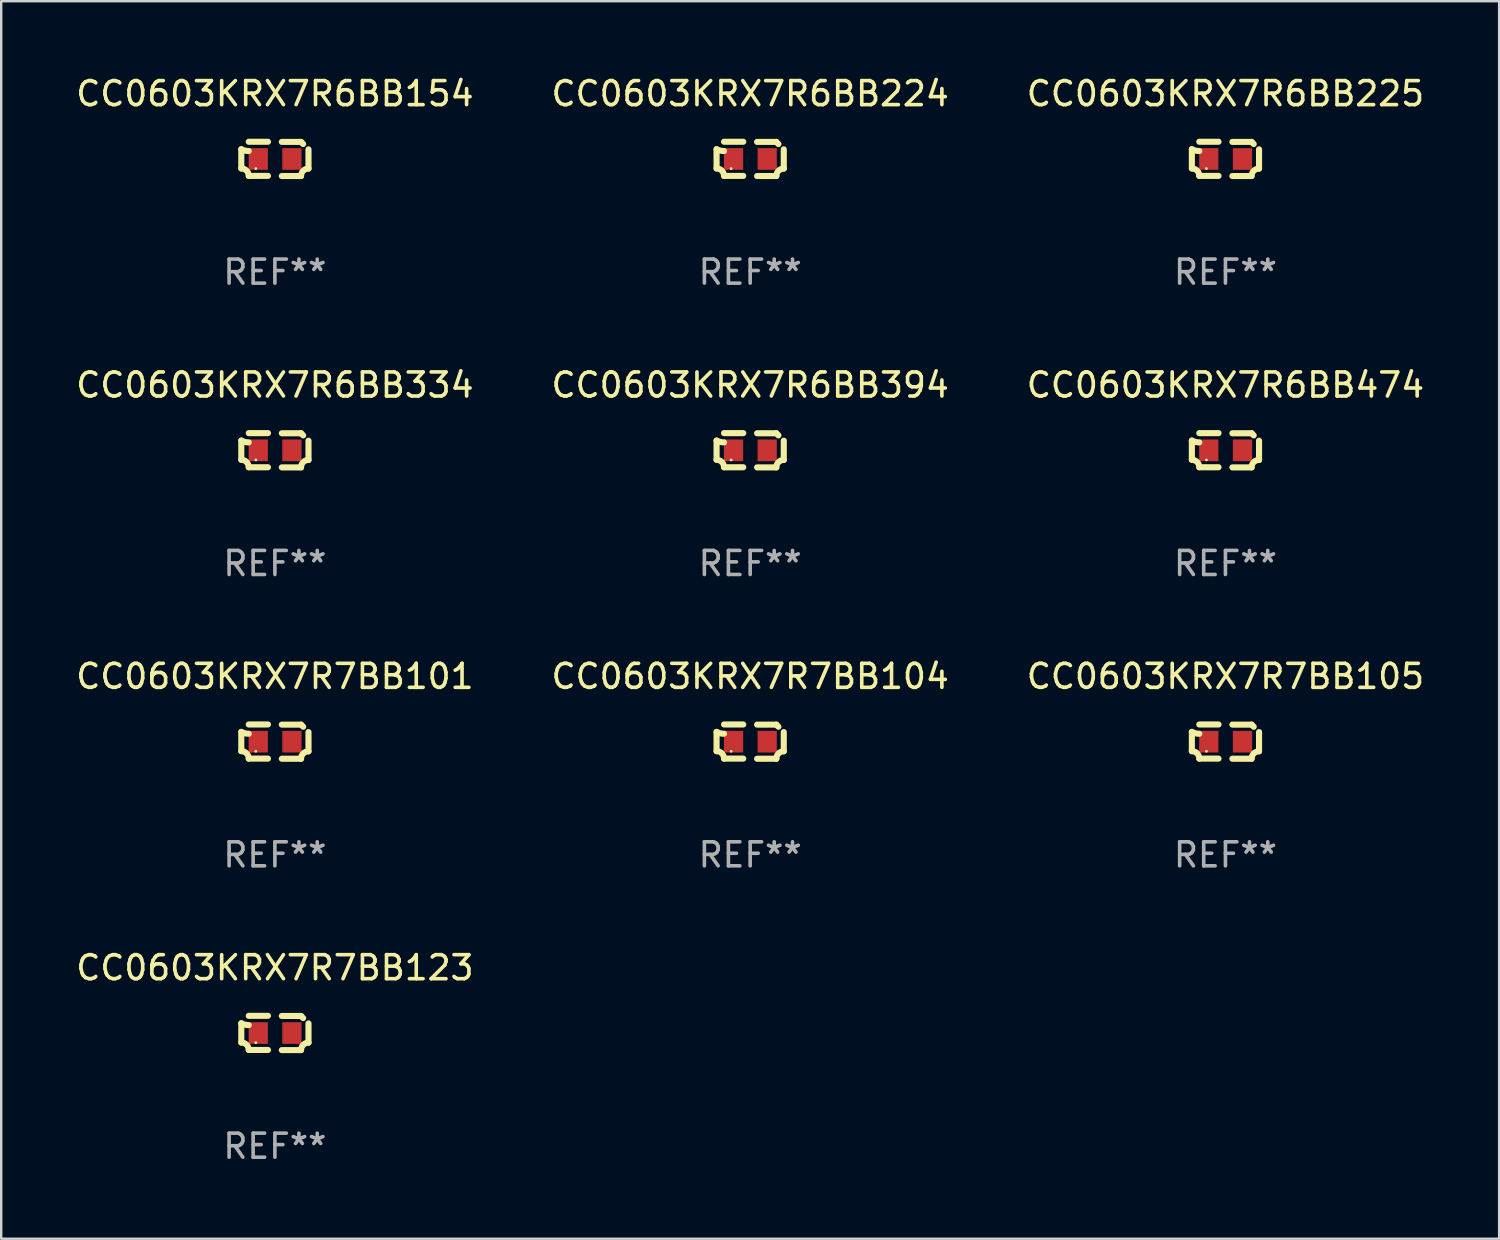
<source format=kicad_pcb>
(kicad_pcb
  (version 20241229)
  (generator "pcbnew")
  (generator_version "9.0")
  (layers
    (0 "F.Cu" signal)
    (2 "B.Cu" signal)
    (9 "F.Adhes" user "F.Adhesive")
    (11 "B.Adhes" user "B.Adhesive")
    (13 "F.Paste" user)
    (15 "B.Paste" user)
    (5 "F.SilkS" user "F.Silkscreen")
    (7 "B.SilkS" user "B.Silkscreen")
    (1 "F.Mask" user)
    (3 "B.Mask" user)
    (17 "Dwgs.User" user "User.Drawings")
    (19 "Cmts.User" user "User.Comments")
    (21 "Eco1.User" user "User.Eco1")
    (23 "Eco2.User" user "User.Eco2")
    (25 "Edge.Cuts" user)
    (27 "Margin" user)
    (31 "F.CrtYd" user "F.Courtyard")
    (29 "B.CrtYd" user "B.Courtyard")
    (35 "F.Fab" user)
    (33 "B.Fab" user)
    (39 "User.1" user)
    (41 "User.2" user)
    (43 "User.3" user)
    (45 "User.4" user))
  (footprint "CC0603KRX7R6BB224"
    (layer "F.Cu")
    (at 28.161 3.561)
    (property "Reference" "CC0603KRX7R6BB224" (at 0 -2.713 0) (layer "F.SilkS") (effects (font (size 1 1) (thickness 0.15))))
    (attr through_hole)
    (fp_line (start -1.398 -0.403) (end -1.398 0.397) (stroke (width 0.254) (type solid)) (layer "F.SilkS"))
    (fp_line (start -0.288 -0.713) (end -1.088 -0.713) (stroke (width 0.254) (type solid)) (layer "F.SilkS"))
    (fp_line (start -0.288 0.707) (end -1.088 0.707) (stroke (width 0.254) (type solid)) (layer "F.SilkS"))
    (fp_line (start 0.288 -0.707) (end 1.088 -0.707) (stroke (width 0.254) (type solid)) (layer "F.SilkS"))
    (fp_line (start 0.288 0.713) (end 1.088 0.713) (stroke (width 0.254) (type solid)) (layer "F.SilkS"))
    (fp_line (start 1.398 -0.397) (end 1.398 0.403) (stroke (width 0.254) (type solid)) (layer "F.SilkS"))
    (fp_arc (start -1.397789 0.397066) (mid -1.178701 0.487826) (end -1.08796 0.706922) (stroke (width 0.254001) (type solid)) (layer "F.SilkS"))
    (fp_arc (start -1.08796 -0.327176) (mid -1.247436 -0.346384) (end -1.39779 -0.402908) (stroke (width 0.254001) (type solid)) (layer "F.SilkS"))
    (fp_arc (start 1.087909 0.712738) (mid 1.178656 0.493655) (end 1.397739 0.402908) (stroke (width 0.254001) (type solid)) (layer "F.SilkS"))
    (fp_arc (start 1.175925 -0.618926) (mid 1.131917 -0.662923) (end 1.08791 -0.706922) (stroke (width 0.254001) (type solid)) (layer "F.SilkS"))
    (fp_circle (center -0.792 0.403) (end -0.762 0.403) (stroke (width 0.06) (type solid)) (fill no) (layer "F.SilkS"))
    (fp_text user "REF**" (at 0 4.713 0) (layer "F.Fab") (effects (font (size 1 1) (thickness 0.15))))
    (pad "1" smd rect (at -0.692 0.003) (size 0.8 0.9) (layers "F.Cu" "F.Mask" "F.Paste"))
    (pad "2" smd rect (at 0.708 0.003) (size 0.8 0.9) (layers "F.Cu" "F.Mask" "F.Paste")))
  (footprint "CC0603KRX7R6BB474"
    (layer "F.Cu")
    (at 47.935 15.683)
    (property "Reference" "CC0603KRX7R6BB474" (at 0 -2.713 0) (layer "F.SilkS") (effects (font (size 1 1) (thickness 0.15))))
    (attr through_hole)
    (fp_line (start -1.398 -0.403) (end -1.398 0.397) (stroke (width 0.254) (type solid)) (layer "F.SilkS"))
    (fp_line (start -0.288 -0.713) (end -1.088 -0.713) (stroke (width 0.254) (type solid)) (layer "F.SilkS"))
    (fp_line (start -0.288 0.707) (end -1.088 0.707) (stroke (width 0.254) (type solid)) (layer "F.SilkS"))
    (fp_line (start 0.288 -0.707) (end 1.088 -0.707) (stroke (width 0.254) (type solid)) (layer "F.SilkS"))
    (fp_line (start 0.288 0.713) (end 1.088 0.713) (stroke (width 0.254) (type solid)) (layer "F.SilkS"))
    (fp_line (start 1.398 -0.397) (end 1.398 0.403) (stroke (width 0.254) (type solid)) (layer "F.SilkS"))
    (fp_arc (start -1.397789 0.397066) (mid -1.178701 0.487826) (end -1.08796 0.706922) (stroke (width 0.254001) (type solid)) (layer "F.SilkS"))
    (fp_arc (start -1.08796 -0.327176) (mid -1.247436 -0.346384) (end -1.39779 -0.402908) (stroke (width 0.254001) (type solid)) (layer "F.SilkS"))
    (fp_arc (start 1.087909 0.712738) (mid 1.178656 0.493655) (end 1.397739 0.402908) (stroke (width 0.254001) (type solid)) (layer "F.SilkS"))
    (fp_arc (start 1.175925 -0.618926) (mid 1.131917 -0.662923) (end 1.08791 -0.706922) (stroke (width 0.254001) (type solid)) (layer "F.SilkS"))
    (fp_circle (center -0.792 0.403) (end -0.762 0.403) (stroke (width 0.06) (type solid)) (fill no) (layer "F.SilkS"))
    (fp_text user "REF**" (at 0 4.713 0) (layer "F.Fab") (effects (font (size 1 1) (thickness 0.15))))
    (pad "1" smd rect (at -0.692 0.003) (size 0.8 0.9) (layers "F.Cu" "F.Mask" "F.Paste"))
    (pad "2" smd rect (at 0.708 0.003) (size 0.8 0.9) (layers "F.Cu" "F.Mask" "F.Paste")))
  (footprint "CC0603KRX7R6BB154"
    (layer "F.Cu")
    (at 8.387 3.561)
    (property "Reference" "CC0603KRX7R6BB154" (at 0 -2.713 0) (layer "F.SilkS") (effects (font (size 1 1) (thickness 0.15))))
    (attr through_hole)
    (fp_line (start -1.398 -0.403) (end -1.398 0.397) (stroke (width 0.254) (type solid)) (layer "F.SilkS"))
    (fp_line (start -0.288 -0.713) (end -1.088 -0.713) (stroke (width 0.254) (type solid)) (layer "F.SilkS"))
    (fp_line (start -0.288 0.707) (end -1.088 0.707) (stroke (width 0.254) (type solid)) (layer "F.SilkS"))
    (fp_line (start 0.288 -0.707) (end 1.088 -0.707) (stroke (width 0.254) (type solid)) (layer "F.SilkS"))
    (fp_line (start 0.288 0.713) (end 1.088 0.713) (stroke (width 0.254) (type solid)) (layer "F.SilkS"))
    (fp_line (start 1.398 -0.397) (end 1.398 0.403) (stroke (width 0.254) (type solid)) (layer "F.SilkS"))
    (fp_arc (start -1.397789 0.397066) (mid -1.178701 0.487826) (end -1.08796 0.706922) (stroke (width 0.254001) (type solid)) (layer "F.SilkS"))
    (fp_arc (start -1.08796 -0.327176) (mid -1.247436 -0.346384) (end -1.39779 -0.402908) (stroke (width 0.254001) (type solid)) (layer "F.SilkS"))
    (fp_arc (start 1.087909 0.712738) (mid 1.178656 0.493655) (end 1.397739 0.402908) (stroke (width 0.254001) (type solid)) (layer "F.SilkS"))
    (fp_arc (start 1.175925 -0.618926) (mid 1.131917 -0.662923) (end 1.08791 -0.706922) (stroke (width 0.254001) (type solid)) (layer "F.SilkS"))
    (fp_circle (center -0.792 0.403) (end -0.762 0.403) (stroke (width 0.06) (type solid)) (fill no) (layer "F.SilkS"))
    (fp_text user "REF**" (at 0 4.713 0) (layer "F.Fab") (effects (font (size 1 1) (thickness 0.15))))
    (pad "1" smd rect (at -0.692 0.003) (size 0.8 0.9) (layers "F.Cu" "F.Mask" "F.Paste"))
    (pad "2" smd rect (at 0.708 0.003) (size 0.8 0.9) (layers "F.Cu" "F.Mask" "F.Paste")))
  (footprint "CC0603KRX7R7BB101"
    (layer "F.Cu")
    (at 8.387 27.805)
    (property "Reference" "CC0603KRX7R7BB101" (at 0 -2.713 0) (layer "F.SilkS") (effects (font (size 1 1) (thickness 0.15))))
    (attr through_hole)
    (fp_line (start -1.398 -0.403) (end -1.398 0.397) (stroke (width 0.254) (type solid)) (layer "F.SilkS"))
    (fp_line (start -0.288 -0.713) (end -1.088 -0.713) (stroke (width 0.254) (type solid)) (layer "F.SilkS"))
    (fp_line (start -0.288 0.707) (end -1.088 0.707) (stroke (width 0.254) (type solid)) (layer "F.SilkS"))
    (fp_line (start 0.288 -0.707) (end 1.088 -0.707) (stroke (width 0.254) (type solid)) (layer "F.SilkS"))
    (fp_line (start 0.288 0.713) (end 1.088 0.713) (stroke (width 0.254) (type solid)) (layer "F.SilkS"))
    (fp_line (start 1.398 -0.397) (end 1.398 0.403) (stroke (width 0.254) (type solid)) (layer "F.SilkS"))
    (fp_arc (start -1.397789 0.397066) (mid -1.178701 0.487826) (end -1.08796 0.706922) (stroke (width 0.254001) (type solid)) (layer "F.SilkS"))
    (fp_arc (start -1.08796 -0.327176) (mid -1.247436 -0.346384) (end -1.39779 -0.402908) (stroke (width 0.254001) (type solid)) (layer "F.SilkS"))
    (fp_arc (start 1.087909 0.712738) (mid 1.178656 0.493655) (end 1.397739 0.402908) (stroke (width 0.254001) (type solid)) (layer "F.SilkS"))
    (fp_arc (start 1.175925 -0.618926) (mid 1.131917 -0.662923) (end 1.08791 -0.706922) (stroke (width 0.254001) (type solid)) (layer "F.SilkS"))
    (fp_circle (center -0.792 0.403) (end -0.762 0.403) (stroke (width 0.06) (type solid)) (fill no) (layer "F.SilkS"))
    (fp_text user "REF**" (at 0 4.713 0) (layer "F.Fab") (effects (font (size 1 1) (thickness 0.15))))
    (pad "1" smd rect (at -0.692 0.003) (size 0.8 0.9) (layers "F.Cu" "F.Mask" "F.Paste"))
    (pad "2" smd rect (at 0.708 0.003) (size 0.8 0.9) (layers "F.Cu" "F.Mask" "F.Paste")))
  (footprint "CC0603KRX7R7BB123"
    (layer "F.Cu")
    (at 8.387 39.927)
    (property "Reference" "CC0603KRX7R7BB123" (at 0 -2.713 0) (layer "F.SilkS") (effects (font (size 1 1) (thickness 0.15))))
    (attr through_hole)
    (fp_line (start -1.398 -0.403) (end -1.398 0.397) (stroke (width 0.254) (type solid)) (layer "F.SilkS"))
    (fp_line (start -0.288 -0.713) (end -1.088 -0.713) (stroke (width 0.254) (type solid)) (layer "F.SilkS"))
    (fp_line (start -0.288 0.707) (end -1.088 0.707) (stroke (width 0.254) (type solid)) (layer "F.SilkS"))
    (fp_line (start 0.288 -0.707) (end 1.088 -0.707) (stroke (width 0.254) (type solid)) (layer "F.SilkS"))
    (fp_line (start 0.288 0.713) (end 1.088 0.713) (stroke (width 0.254) (type solid)) (layer "F.SilkS"))
    (fp_line (start 1.398 -0.397) (end 1.398 0.403) (stroke (width 0.254) (type solid)) (layer "F.SilkS"))
    (fp_arc (start -1.397789 0.397066) (mid -1.178701 0.487826) (end -1.08796 0.706922) (stroke (width 0.254001) (type solid)) (layer "F.SilkS"))
    (fp_arc (start -1.08796 -0.327176) (mid -1.247436 -0.346384) (end -1.39779 -0.402908) (stroke (width 0.254001) (type solid)) (layer "F.SilkS"))
    (fp_arc (start 1.087909 0.712738) (mid 1.178656 0.493655) (end 1.397739 0.402908) (stroke (width 0.254001) (type solid)) (layer "F.SilkS"))
    (fp_arc (start 1.175925 -0.618926) (mid 1.131917 -0.662923) (end 1.08791 -0.706922) (stroke (width 0.254001) (type solid)) (layer "F.SilkS"))
    (fp_circle (center -0.792 0.403) (end -0.762 0.403) (stroke (width 0.06) (type solid)) (fill no) (layer "F.SilkS"))
    (fp_text user "REF**" (at 0 4.713 0) (layer "F.Fab") (effects (font (size 1 1) (thickness 0.15))))
    (pad "1" smd rect (at -0.692 0.003) (size 0.8 0.9) (layers "F.Cu" "F.Mask" "F.Paste"))
    (pad "2" smd rect (at 0.708 0.003) (size 0.8 0.9) (layers "F.Cu" "F.Mask" "F.Paste")))
  (footprint "CC0603KRX7R6BB394"
    (layer "F.Cu")
    (at 28.161 15.683)
    (property "Reference" "CC0603KRX7R6BB394" (at 0 -2.713 0) (layer "F.SilkS") (effects (font (size 1 1) (thickness 0.15))))
    (attr through_hole)
    (fp_line (start -1.398 -0.403) (end -1.398 0.397) (stroke (width 0.254) (type solid)) (layer "F.SilkS"))
    (fp_line (start -0.288 -0.713) (end -1.088 -0.713) (stroke (width 0.254) (type solid)) (layer "F.SilkS"))
    (fp_line (start -0.288 0.707) (end -1.088 0.707) (stroke (width 0.254) (type solid)) (layer "F.SilkS"))
    (fp_line (start 0.288 -0.707) (end 1.088 -0.707) (stroke (width 0.254) (type solid)) (layer "F.SilkS"))
    (fp_line (start 0.288 0.713) (end 1.088 0.713) (stroke (width 0.254) (type solid)) (layer "F.SilkS"))
    (fp_line (start 1.398 -0.397) (end 1.398 0.403) (stroke (width 0.254) (type solid)) (layer "F.SilkS"))
    (fp_arc (start -1.397789 0.397066) (mid -1.178701 0.487826) (end -1.08796 0.706922) (stroke (width 0.254001) (type solid)) (layer "F.SilkS"))
    (fp_arc (start -1.08796 -0.327176) (mid -1.247436 -0.346384) (end -1.39779 -0.402908) (stroke (width 0.254001) (type solid)) (layer "F.SilkS"))
    (fp_arc (start 1.087909 0.712738) (mid 1.178656 0.493655) (end 1.397739 0.402908) (stroke (width 0.254001) (type solid)) (layer "F.SilkS"))
    (fp_arc (start 1.175925 -0.618926) (mid 1.131917 -0.662923) (end 1.08791 -0.706922) (stroke (width 0.254001) (type solid)) (layer "F.SilkS"))
    (fp_circle (center -0.792 0.403) (end -0.762 0.403) (stroke (width 0.06) (type solid)) (fill no) (layer "F.SilkS"))
    (fp_text user "REF**" (at 0 4.713 0) (layer "F.Fab") (effects (font (size 1 1) (thickness 0.15))))
    (pad "1" smd rect (at -0.692 0.003) (size 0.8 0.9) (layers "F.Cu" "F.Mask" "F.Paste"))
    (pad "2" smd rect (at 0.708 0.003) (size 0.8 0.9) (layers "F.Cu" "F.Mask" "F.Paste")))
  (footprint "CC0603KRX7R7BB104"
    (layer "F.Cu")
    (at 28.161 27.805)
    (property "Reference" "CC0603KRX7R7BB104" (at 0 -2.713 0) (layer "F.SilkS") (effects (font (size 1 1) (thickness 0.15))))
    (attr through_hole)
    (fp_line (start -1.398 -0.403) (end -1.398 0.397) (stroke (width 0.254) (type solid)) (layer "F.SilkS"))
    (fp_line (start -0.288 -0.713) (end -1.088 -0.713) (stroke (width 0.254) (type solid)) (layer "F.SilkS"))
    (fp_line (start -0.288 0.707) (end -1.088 0.707) (stroke (width 0.254) (type solid)) (layer "F.SilkS"))
    (fp_line (start 0.288 -0.707) (end 1.088 -0.707) (stroke (width 0.254) (type solid)) (layer "F.SilkS"))
    (fp_line (start 0.288 0.713) (end 1.088 0.713) (stroke (width 0.254) (type solid)) (layer "F.SilkS"))
    (fp_line (start 1.398 -0.397) (end 1.398 0.403) (stroke (width 0.254) (type solid)) (layer "F.SilkS"))
    (fp_arc (start -1.397789 0.397066) (mid -1.178701 0.487826) (end -1.08796 0.706922) (stroke (width 0.254001) (type solid)) (layer "F.SilkS"))
    (fp_arc (start -1.08796 -0.327176) (mid -1.247436 -0.346384) (end -1.39779 -0.402908) (stroke (width 0.254001) (type solid)) (layer "F.SilkS"))
    (fp_arc (start 1.087909 0.712738) (mid 1.178656 0.493655) (end 1.397739 0.402908) (stroke (width 0.254001) (type solid)) (layer "F.SilkS"))
    (fp_arc (start 1.175925 -0.618926) (mid 1.131917 -0.662923) (end 1.08791 -0.706922) (stroke (width 0.254001) (type solid)) (layer "F.SilkS"))
    (fp_circle (center -0.792 0.403) (end -0.762 0.403) (stroke (width 0.06) (type solid)) (fill no) (layer "F.SilkS"))
    (fp_text user "REF**" (at 0 4.713 0) (layer "F.Fab") (effects (font (size 1 1) (thickness 0.15))))
    (pad "1" smd rect (at -0.692 0.003) (size 0.8 0.9) (layers "F.Cu" "F.Mask" "F.Paste"))
    (pad "2" smd rect (at 0.708 0.003) (size 0.8 0.9) (layers "F.Cu" "F.Mask" "F.Paste")))
  (footprint "CC0603KRX7R6BB334"
    (layer "F.Cu")
    (at 8.387 15.683)
    (property "Reference" "CC0603KRX7R6BB334" (at 0 -2.713 0) (layer "F.SilkS") (effects (font (size 1 1) (thickness 0.15))))
    (attr through_hole)
    (fp_line (start -1.398 -0.403) (end -1.398 0.397) (stroke (width 0.254) (type solid)) (layer "F.SilkS"))
    (fp_line (start -0.288 -0.713) (end -1.088 -0.713) (stroke (width 0.254) (type solid)) (layer "F.SilkS"))
    (fp_line (start -0.288 0.707) (end -1.088 0.707) (stroke (width 0.254) (type solid)) (layer "F.SilkS"))
    (fp_line (start 0.288 -0.707) (end 1.088 -0.707) (stroke (width 0.254) (type solid)) (layer "F.SilkS"))
    (fp_line (start 0.288 0.713) (end 1.088 0.713) (stroke (width 0.254) (type solid)) (layer "F.SilkS"))
    (fp_line (start 1.398 -0.397) (end 1.398 0.403) (stroke (width 0.254) (type solid)) (layer "F.SilkS"))
    (fp_arc (start -1.397789 0.397066) (mid -1.178701 0.487826) (end -1.08796 0.706922) (stroke (width 0.254001) (type solid)) (layer "F.SilkS"))
    (fp_arc (start -1.08796 -0.327176) (mid -1.247436 -0.346384) (end -1.39779 -0.402908) (stroke (width 0.254001) (type solid)) (layer "F.SilkS"))
    (fp_arc (start 1.087909 0.712738) (mid 1.178656 0.493655) (end 1.397739 0.402908) (stroke (width 0.254001) (type solid)) (layer "F.SilkS"))
    (fp_arc (start 1.175925 -0.618926) (mid 1.131917 -0.662923) (end 1.08791 -0.706922) (stroke (width 0.254001) (type solid)) (layer "F.SilkS"))
    (fp_circle (center -0.792 0.403) (end -0.762 0.403) (stroke (width 0.06) (type solid)) (fill no) (layer "F.SilkS"))
    (fp_text user "REF**" (at 0 4.713 0) (layer "F.Fab") (effects (font (size 1 1) (thickness 0.15))))
    (pad "1" smd rect (at -0.692 0.003) (size 0.8 0.9) (layers "F.Cu" "F.Mask" "F.Paste"))
    (pad "2" smd rect (at 0.708 0.003) (size 0.8 0.9) (layers "F.Cu" "F.Mask" "F.Paste")))
  (footprint "CC0603KRX7R6BB225"
    (layer "F.Cu")
    (at 47.935 3.561)
    (property "Reference" "CC0603KRX7R6BB225" (at 0 -2.713 0) (layer "F.SilkS") (effects (font (size 1 1) (thickness 0.15))))
    (attr through_hole)
    (fp_line (start -1.398 -0.403) (end -1.398 0.397) (stroke (width 0.254) (type solid)) (layer "F.SilkS"))
    (fp_line (start -0.288 -0.713) (end -1.088 -0.713) (stroke (width 0.254) (type solid)) (layer "F.SilkS"))
    (fp_line (start -0.288 0.707) (end -1.088 0.707) (stroke (width 0.254) (type solid)) (layer "F.SilkS"))
    (fp_line (start 0.288 -0.707) (end 1.088 -0.707) (stroke (width 0.254) (type solid)) (layer "F.SilkS"))
    (fp_line (start 0.288 0.713) (end 1.088 0.713) (stroke (width 0.254) (type solid)) (layer "F.SilkS"))
    (fp_line (start 1.398 -0.397) (end 1.398 0.403) (stroke (width 0.254) (type solid)) (layer "F.SilkS"))
    (fp_arc (start -1.397789 0.397066) (mid -1.178701 0.487826) (end -1.08796 0.706922) (stroke (width 0.254001) (type solid)) (layer "F.SilkS"))
    (fp_arc (start -1.08796 -0.327176) (mid -1.247436 -0.346384) (end -1.39779 -0.402908) (stroke (width 0.254001) (type solid)) (layer "F.SilkS"))
    (fp_arc (start 1.087909 0.712738) (mid 1.178656 0.493655) (end 1.397739 0.402908) (stroke (width 0.254001) (type solid)) (layer "F.SilkS"))
    (fp_arc (start 1.175925 -0.618926) (mid 1.131917 -0.662923) (end 1.08791 -0.706922) (stroke (width 0.254001) (type solid)) (layer "F.SilkS"))
    (fp_circle (center -0.792 0.403) (end -0.762 0.403) (stroke (width 0.06) (type solid)) (fill no) (layer "F.SilkS"))
    (fp_text user "REF**" (at 0 4.713 0) (layer "F.Fab") (effects (font (size 1 1) (thickness 0.15))))
    (pad "1" smd rect (at -0.692 0.003) (size 0.8 0.9) (layers "F.Cu" "F.Mask" "F.Paste"))
    (pad "2" smd rect (at 0.708 0.003) (size 0.8 0.9) (layers "F.Cu" "F.Mask" "F.Paste")))
  (footprint "CC0603KRX7R7BB105"
    (layer "F.Cu")
    (at 47.935 27.805)
    (property "Reference" "CC0603KRX7R7BB105" (at 0 -2.713 0) (layer "F.SilkS") (effects (font (size 1 1) (thickness 0.15))))
    (attr through_hole)
    (fp_line (start -1.398 -0.403) (end -1.398 0.397) (stroke (width 0.254) (type solid)) (layer "F.SilkS"))
    (fp_line (start -0.288 -0.713) (end -1.088 -0.713) (stroke (width 0.254) (type solid)) (layer "F.SilkS"))
    (fp_line (start -0.288 0.707) (end -1.088 0.707) (stroke (width 0.254) (type solid)) (layer "F.SilkS"))
    (fp_line (start 0.288 -0.707) (end 1.088 -0.707) (stroke (width 0.254) (type solid)) (layer "F.SilkS"))
    (fp_line (start 0.288 0.713) (end 1.088 0.713) (stroke (width 0.254) (type solid)) (layer "F.SilkS"))
    (fp_line (start 1.398 -0.397) (end 1.398 0.403) (stroke (width 0.254) (type solid)) (layer "F.SilkS"))
    (fp_arc (start -1.397789 0.397066) (mid -1.178701 0.487826) (end -1.08796 0.706922) (stroke (width 0.254001) (type solid)) (layer "F.SilkS"))
    (fp_arc (start -1.08796 -0.327176) (mid -1.247436 -0.346384) (end -1.39779 -0.402908) (stroke (width 0.254001) (type solid)) (layer "F.SilkS"))
    (fp_arc (start 1.087909 0.712738) (mid 1.178656 0.493655) (end 1.397739 0.402908) (stroke (width 0.254001) (type solid)) (layer "F.SilkS"))
    (fp_arc (start 1.175925 -0.618926) (mid 1.131917 -0.662923) (end 1.08791 -0.706922) (stroke (width 0.254001) (type solid)) (layer "F.SilkS"))
    (fp_circle (center -0.792 0.403) (end -0.762 0.403) (stroke (width 0.06) (type solid)) (fill no) (layer "F.SilkS"))
    (fp_text user "REF**" (at 0 4.713 0) (layer "F.Fab") (effects (font (size 1 1) (thickness 0.15))))
    (pad "1" smd rect (at -0.692 0.003) (size 0.8 0.9) (layers "F.Cu" "F.Mask" "F.Paste"))
    (pad "2" smd rect (at 0.708 0.003) (size 0.8 0.9) (layers "F.Cu" "F.Mask" "F.Paste")))
  (gr_rect
    (start -3 -3)
    (end 59.321 48.488)
    (stroke (width 0.1) (type default))
    (fill no)
    (layer "Edge.Cuts")))
</source>
